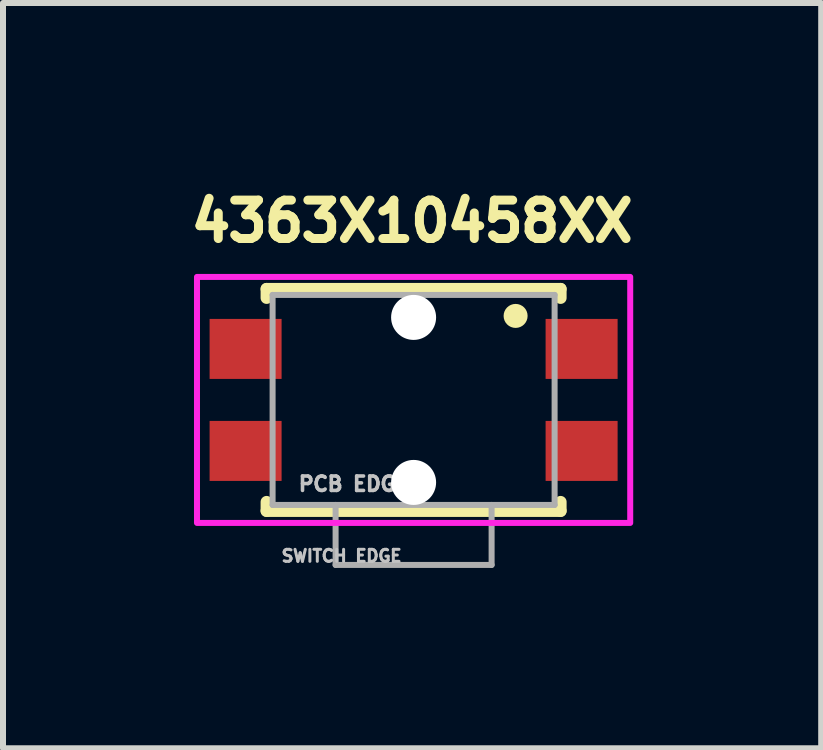
<source format=kicad_pcb>
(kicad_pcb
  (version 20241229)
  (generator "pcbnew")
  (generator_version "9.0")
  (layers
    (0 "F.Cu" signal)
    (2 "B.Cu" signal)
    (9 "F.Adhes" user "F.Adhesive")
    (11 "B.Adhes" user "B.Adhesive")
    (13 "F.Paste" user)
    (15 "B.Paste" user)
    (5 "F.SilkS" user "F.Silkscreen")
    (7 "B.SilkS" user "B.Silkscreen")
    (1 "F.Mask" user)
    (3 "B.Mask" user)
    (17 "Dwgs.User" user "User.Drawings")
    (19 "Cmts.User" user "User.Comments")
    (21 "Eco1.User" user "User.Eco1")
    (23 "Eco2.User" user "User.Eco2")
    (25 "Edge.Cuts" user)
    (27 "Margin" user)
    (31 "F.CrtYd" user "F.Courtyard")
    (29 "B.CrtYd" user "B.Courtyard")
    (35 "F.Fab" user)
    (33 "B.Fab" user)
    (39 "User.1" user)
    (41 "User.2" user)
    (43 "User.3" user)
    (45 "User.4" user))
  (footprint "4363X10458XX"
    (layer "F.Cu")
    (at 3.843 3.615)
    (property "Reference" "4363X10458XX" (at -0.025 -2.978 0) (layer "F.SilkS") (effects (font (size 0.64 0.64) (thickness 0.15))))
    (attr smd)
    (fp_line (start -2.45 -1.85) (end 2.45 -1.85) (stroke (width 0.2) (type solid)) (layer "F.SilkS"))
    (fp_line (start -2.45 -1.7) (end -2.45 -1.85) (stroke (width 0.2) (type solid)) (layer "F.SilkS"))
    (fp_line (start -2.45 1.7) (end -2.45 1.85) (stroke (width 0.2) (type solid)) (layer "F.SilkS"))
    (fp_line (start -2.45 1.85) (end 2.45 1.85) (stroke (width 0.2) (type solid)) (layer "F.SilkS"))
    (fp_line (start 2.45 -1.85) (end 2.45 -1.7) (stroke (width 0.2) (type solid)) (layer "F.SilkS"))
    (fp_line (start 2.45 1.85) (end 2.45 1.7) (stroke (width 0.2) (type solid)) (layer "F.SilkS"))
    (fp_circle (center 1.7 -1.4) (end 1.8 -1.4) (stroke (width 0.2) (type solid)) (fill no) (layer "F.SilkS"))
    (fp_poly (pts (xy -3.61 -2.05) (xy 3.61 -2.05) (xy 3.61 2.05) (xy -3.61 2.05)) (stroke (width 0.1) (type solid)) (fill no) (layer "F.CrtYd"))
    (fp_line (start -2.35 -1.75) (end -2.35 1.75) (stroke (width 0.1) (type solid)) (layer "F.Fab"))
    (fp_line (start -1.3 1.75) (end -1.3 2.75) (stroke (width 0.1) (type solid)) (layer "F.Fab"))
    (fp_line (start -1.3 2.75) (end 1.3 2.75) (stroke (width 0.1) (type solid)) (layer "F.Fab"))
    (fp_line (start 1.3 2.75) (end 1.3 1.75) (stroke (width 0.1) (type solid)) (layer "F.Fab"))
    (fp_line (start 2.35 -1.75) (end -2.35 -1.75) (stroke (width 0.1) (type solid)) (layer "F.Fab"))
    (fp_line (start 2.35 1.75) (end -2.35 1.75) (stroke (width 0.1) (type solid)) (layer "F.Fab"))
    (fp_line (start 2.35 1.75) (end 2.35 -1.75) (stroke (width 0.1) (type solid)) (layer "F.Fab"))
    (fp_text user "PCB EDGE" (at -1 1.4 0) (layer "Dwgs.User") (effects (font (size 0.24 0.24) (thickness 0.15))))
    (fp_text user "SWITCH EDGE" (at -1.2 2.6 0) (layer "Dwgs.User") (effects (font (size 0.2 0.2) (thickness 0.15))))
    (pad "" np_thru_hole circle (at 0 -1.375) (size 0.75 0.75) (drill 0.75) (layers "*.Cu" "*.Mask"))
    (pad "" np_thru_hole circle (at 0 1.375) (size 0.75 0.75) (drill 0.75) (layers "*.Cu" "*.Mask"))
    (pad "1" smd rect (at 2.8 -0.85) (size 1.2 1) (layers "F.Cu" "F.Mask" "F.Paste"))
    (pad "2" smd rect (at 2.8 0.85) (size 1.2 1) (layers "F.Cu" "F.Mask" "F.Paste"))
    (pad "3" smd rect (at -2.8 -0.85) (size 1.2 1) (layers "F.Cu" "F.Mask" "F.Paste"))
    (pad "4" smd rect (at -2.8 0.85) (size 1.2 1) (layers "F.Cu" "F.Mask" "F.Paste")))
  (gr_rect
    (start -3 -3)
    (end 10.636 9.42)
    (stroke (width 0.1) (type default))
    (fill no)
    (layer "Edge.Cuts")))
</source>
